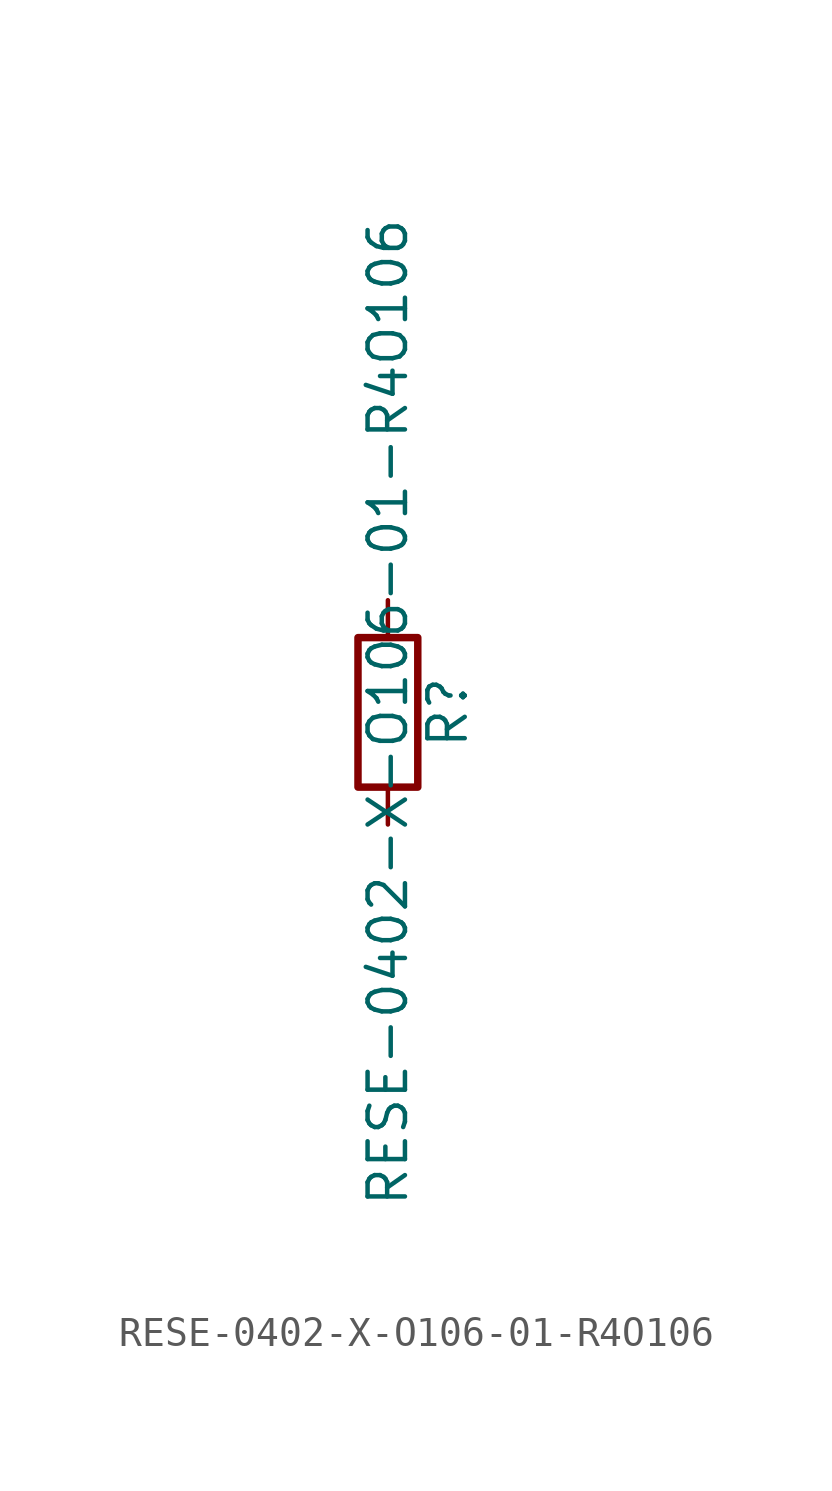
<source format=kicad_sym>
(kicad_symbol_lib
  (version 20211014)
  (generator kicad_symbol_editor)
  (symbol "RESE-0402-X-O106-01-R4O106"
    (pin_numbers hide)
    (pin_names
      (offset 0))
    (property "Reference" "R"
      (at 2.032 0 90)
      (effects (font (size 1.27 1.27))))
    (property "Value" "RESE-0402-X-O106-01-R4O106"
      (at 0 0 90)
      (effects (font (size 1.27 1.27))))
    (symbol "RESE-0402-X-O106-01-R4O106_0_1"
      (rectangle (start -1.016 -2.54) (end 1.016 2.54) (stroke (width 0.254) (type default) (color 0 0 0 0)) (fill (type none))))
    (symbol "RESE-0402-X-O106-01-R4O106_1_1"
      (pin passive line (at 0 3.81 270) (length 1.27) (name "~" (effects (font (size 1.27 1.27)))) (number "1" (effects (font (size 1.27 1.27)))))
      (pin passive line (at 0 -3.81 90) (length 1.27) (name "~" (effects (font (size 1.27 1.27)))) (number "2" (effects (font (size 1.27 1.27))))))))
</source>
